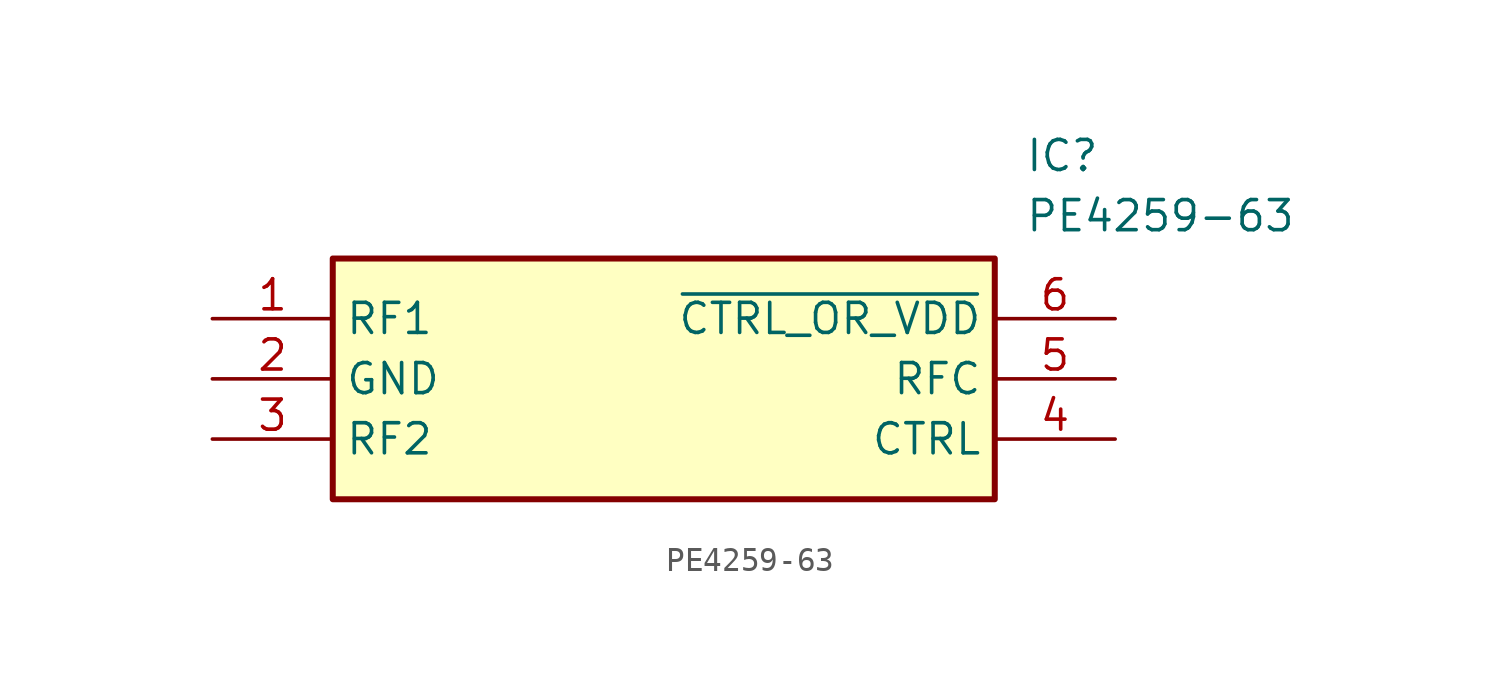
<source format=kicad_sym>
(kicad_symbol_lib
  (version 20211014)
  (generator SamacSys_ECAD_Model)
  (symbol "PE4259-63"
    (property "Reference" "IC"
      (at 34.29 7.62 0)
      (effects (font (size 1.27 1.27)) (justify left top)))
    (property "Value" "PE4259-63"
      (at 34.29 5.08 0)
      (effects (font (size 1.27 1.27)) (justify left top)))
    (rectangle
      (start 5.08 2.54)
      (end 33.02 -7.62)
      (stroke (width 0.254) (type default))
      (fill (type background)))
    (pin passive line
      (at 0 0 0)
      (length 5.08)
      (name "RF1" (effects (font (size 1.27 1.27))))
      (number "1" (effects (font (size 1.27 1.27)))))
    (pin passive line
      (at 0 -2.54 0)
      (length 5.08)
      (name "GND" (effects (font (size 1.27 1.27))))
      (number "2" (effects (font (size 1.27 1.27)))))
    (pin passive line
      (at 0 -5.08 0)
      (length 5.08)
      (name "RF2" (effects (font (size 1.27 1.27))))
      (number "3" (effects (font (size 1.27 1.27)))))
    (pin passive line
      (at 38.1 0 180)
      (length 5.08)
      (name "~{CTRL_OR_VDD}" (effects (font (size 1.27 1.27))))
      (number "6" (effects (font (size 1.27 1.27)))))
    (pin passive line
      (at 38.1 -2.54 180)
      (length 5.08)
      (name "RFC" (effects (font (size 1.27 1.27))))
      (number "5" (effects (font (size 1.27 1.27)))))
    (pin passive line
      (at 38.1 -5.08 180)
      (length 5.08)
      (name "CTRL" (effects (font (size 1.27 1.27))))
      (number "4" (effects (font (size 1.27 1.27)))))))
</source>
